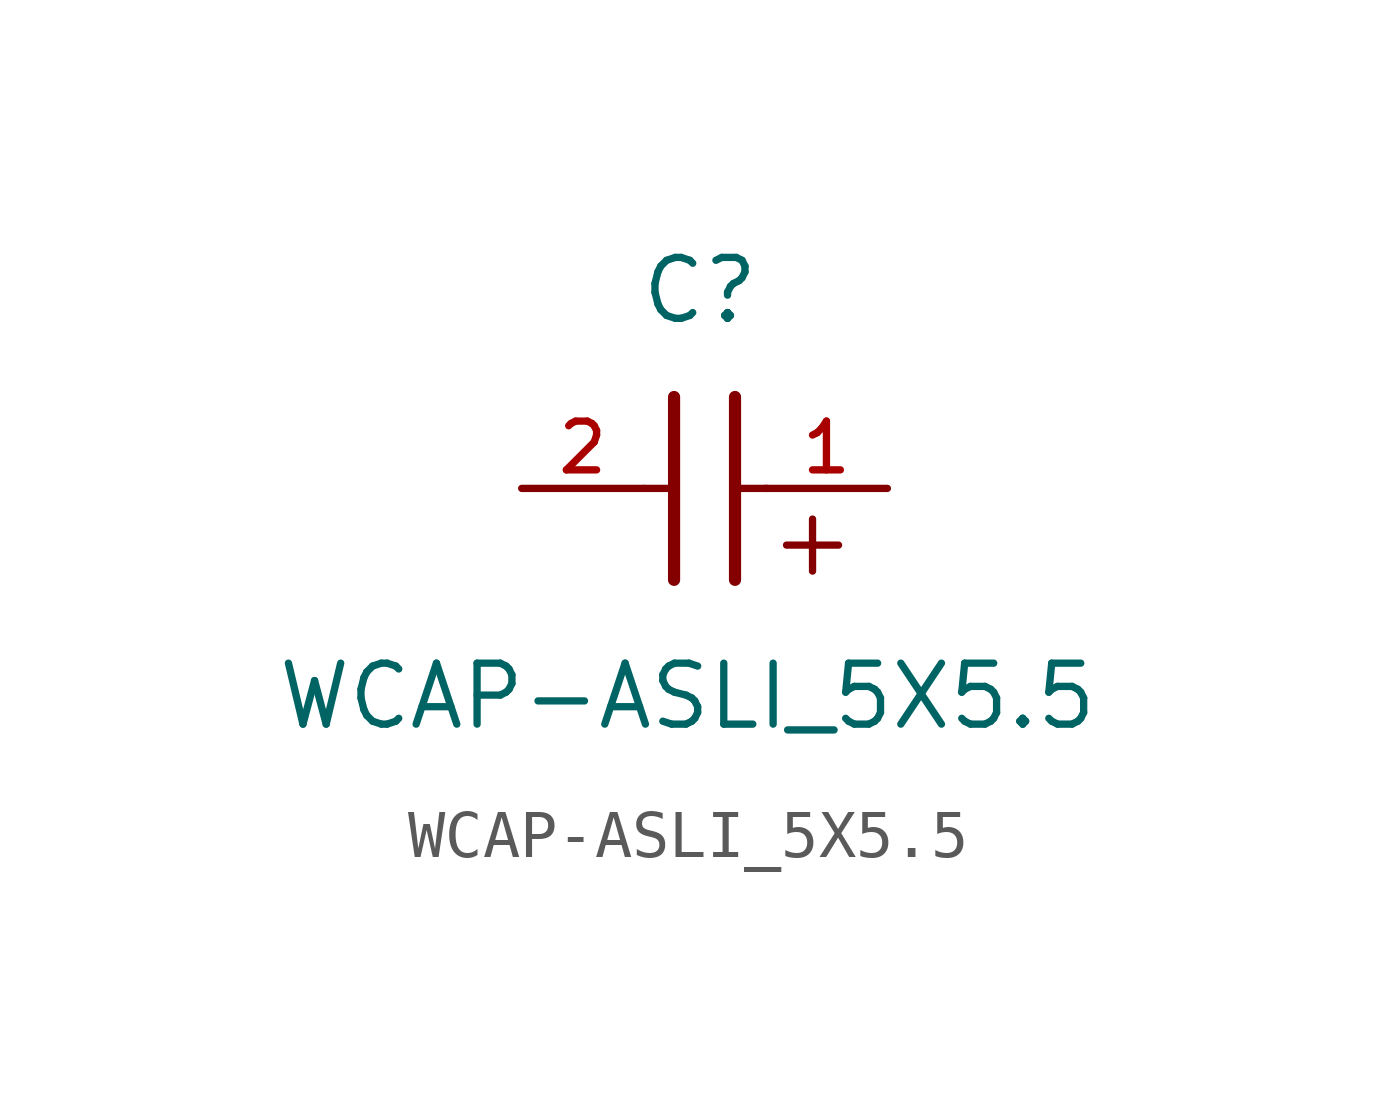
<source format=kicad_sym>
(kicad_symbol_lib
  (version 20211014)
  (generator kicad_symbol_editor)
  (symbol "WCAP-ASLI_5X5.5"
    (pin_names
      (offset 1.016))
    (property "Reference" "C"
      (at 1.175 3.38 0)
      (effects (font (size 1.27 1.27)) (justify bottom)))
    (property "Value" "WCAP-ASLI_5X5.5"
      (at 0.915 -5.075 0)
      (effects (font (size 1.27 1.27)) (justify bottom)))
    (symbol "WCAP-ASLI_5X5.5_0_0"
      (text "+" (at 2.54 -1.905 0) (effects (font (size 1.422 1.422)) (justify bottom left)))
      (polyline (pts (xy 1.905 1.905) (xy 1.905 -1.905)) (stroke (width 0.254)))
      (polyline (pts (xy 0.635 -1.905) (xy 0.635 1.905)) (stroke (width 0.254)))
      (polyline (pts (xy 0.0 0.0) (xy 0.643 0.0)) (stroke (width 0.152)))
      (polyline (pts (xy 1.928 0.0) (xy 2.57 0.0)) (stroke (width 0.152)))
      (pin passive line (at 5.08 0.0 180.0) (length 2.54) (name "~" (effects (font (size 1.016 1.016)))) (number "1" (effects (font (size 1.016 1.016)))))
      (pin passive line (at -2.54 0.0 0) (length 2.54) (name "~" (effects (font (size 1.016 1.016)))) (number "2" (effects (font (size 1.016 1.016))))))))
</source>
